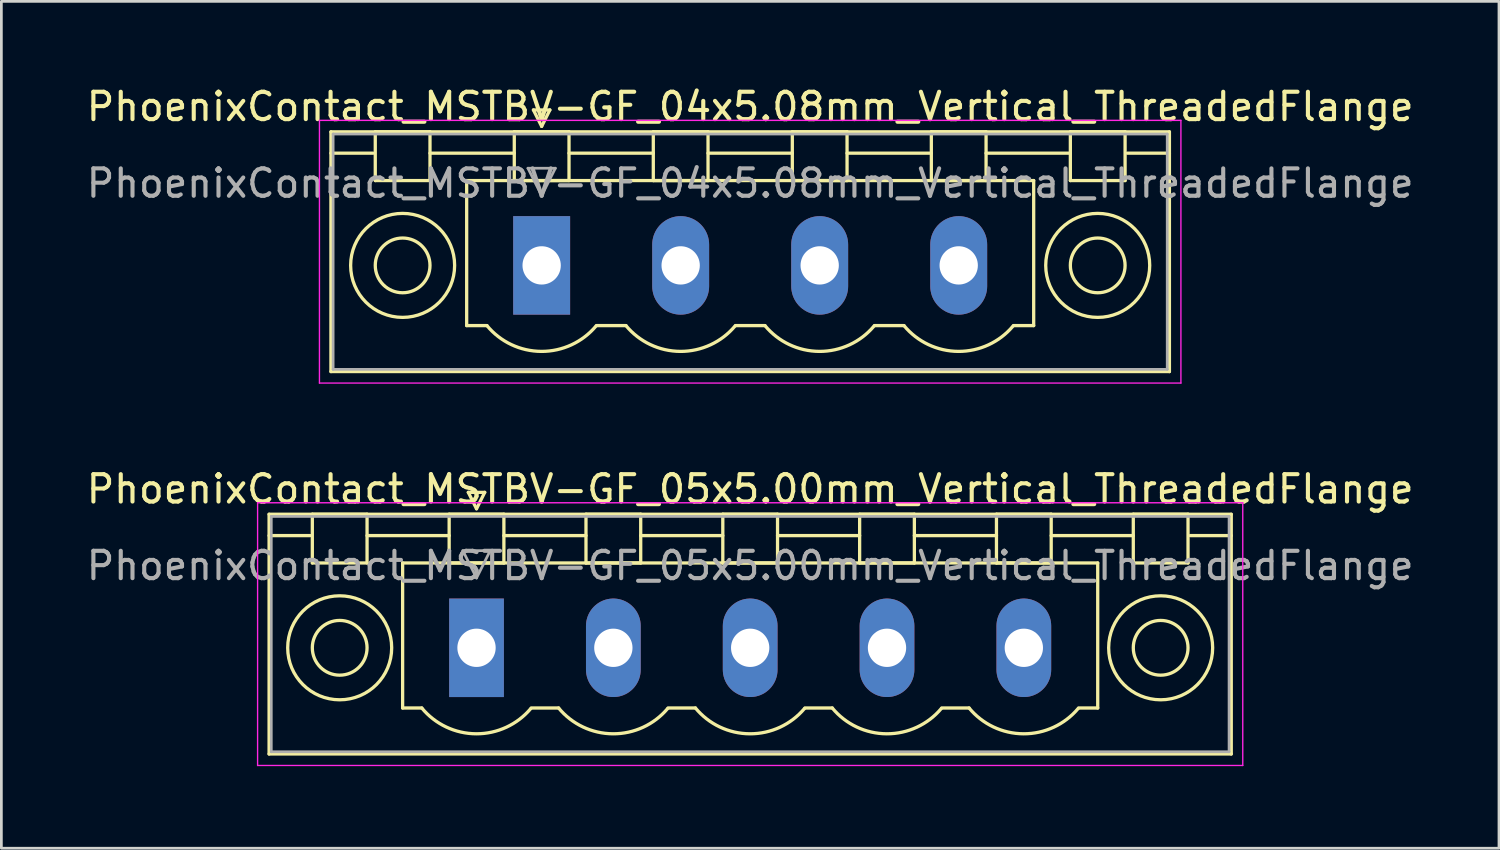
<source format=kicad_pcb>
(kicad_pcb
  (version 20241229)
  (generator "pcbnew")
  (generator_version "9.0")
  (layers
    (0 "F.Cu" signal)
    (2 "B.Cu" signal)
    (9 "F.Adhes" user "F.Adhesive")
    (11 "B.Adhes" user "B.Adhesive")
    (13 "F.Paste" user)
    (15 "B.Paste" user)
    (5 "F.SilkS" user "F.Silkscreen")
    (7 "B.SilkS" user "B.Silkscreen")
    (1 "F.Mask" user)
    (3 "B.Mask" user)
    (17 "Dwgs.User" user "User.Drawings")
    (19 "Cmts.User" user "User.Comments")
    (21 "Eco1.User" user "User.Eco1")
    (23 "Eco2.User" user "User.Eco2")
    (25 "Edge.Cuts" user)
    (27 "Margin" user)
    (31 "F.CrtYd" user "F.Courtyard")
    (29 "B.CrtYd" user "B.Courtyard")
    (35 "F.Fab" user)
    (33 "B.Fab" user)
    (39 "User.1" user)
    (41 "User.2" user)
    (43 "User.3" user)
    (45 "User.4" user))
  (footprint "PhoenixContact_MSTBV-GF_05x5.00mm_Vertical_ThreadedFlange"
    (layer "F.Cu")
    (at 14.363 20.622)
    (property "Reference" "PhoenixContact_MSTBV-GF_05x5.00mm_Vertical_ThreadedFlange" (at 10 -5.8 0) (layer "F.SilkS") (effects (font (size 1 1) (thickness 0.15))))
    (attr through_hole)
    (fp_line (start -7.58 -4.88) (end -7.58 3.88) (stroke (width 0.12) (type solid)) (layer "F.SilkS"))
    (fp_line (start -7.58 -4.1) (end -6.08 -4.1) (stroke (width 0.12) (type solid)) (layer "F.SilkS"))
    (fp_line (start -7.58 3.88) (end 27.58 3.88) (stroke (width 0.12) (type solid)) (layer "F.SilkS"))
    (fp_line (start -6 -4.88) (end -4 -4.88) (stroke (width 0.12) (type solid)) (layer "F.SilkS"))
    (fp_line (start -6 -3.1) (end -6 -4.88) (stroke (width 0.12) (type solid)) (layer "F.SilkS"))
    (fp_line (start -4 -4.88) (end -4 -3.1) (stroke (width 0.12) (type solid)) (layer "F.SilkS"))
    (fp_line (start -4 -4.1) (end -1 -4.1) (stroke (width 0.12) (type solid)) (layer "F.SilkS"))
    (fp_line (start -4 -3.1) (end -6 -3.1) (stroke (width 0.12) (type solid)) (layer "F.SilkS"))
    (fp_line (start -2.7 -3.1) (end 22.7 -3.1) (stroke (width 0.12) (type solid)) (layer "F.SilkS"))
    (fp_line (start -2.7 2.2) (end -2.7 -3.1) (stroke (width 0.12) (type solid)) (layer "F.SilkS"))
    (fp_line (start -2 2.2) (end -2.7 2.2) (stroke (width 0.12) (type solid)) (layer "F.SilkS"))
    (fp_line (start -1 -4.88) (end 1 -4.88) (stroke (width 0.12) (type solid)) (layer "F.SilkS"))
    (fp_line (start -1 -3.1) (end -1 -4.88) (stroke (width 0.12) (type solid)) (layer "F.SilkS"))
    (fp_line (start -0.3 -5.68) (end 0.3 -5.68) (stroke (width 0.12) (type solid)) (layer "F.SilkS"))
    (fp_line (start 0 -5.08) (end -0.3 -5.68) (stroke (width 0.12) (type solid)) (layer "F.SilkS"))
    (fp_line (start 0.3 -5.68) (end 0 -5.08) (stroke (width 0.12) (type solid)) (layer "F.SilkS"))
    (fp_line (start 1 -4.88) (end 1 -3.1) (stroke (width 0.12) (type solid)) (layer "F.SilkS"))
    (fp_line (start 1 -4.1) (end 4 -4.1) (stroke (width 0.12) (type solid)) (layer "F.SilkS"))
    (fp_line (start 1 -3.1) (end -1 -3.1) (stroke (width 0.12) (type solid)) (layer "F.SilkS"))
    (fp_line (start 2 2.2) (end 3 2.2) (stroke (width 0.12) (type solid)) (layer "F.SilkS"))
    (fp_line (start 4 -4.88) (end 6 -4.88) (stroke (width 0.12) (type solid)) (layer "F.SilkS"))
    (fp_line (start 4 -3.1) (end 4 -4.88) (stroke (width 0.12) (type solid)) (layer "F.SilkS"))
    (fp_line (start 6 -4.88) (end 6 -3.1) (stroke (width 0.12) (type solid)) (layer "F.SilkS"))
    (fp_line (start 6 -4.1) (end 9 -4.1) (stroke (width 0.12) (type solid)) (layer "F.SilkS"))
    (fp_line (start 6 -3.1) (end 4 -3.1) (stroke (width 0.12) (type solid)) (layer "F.SilkS"))
    (fp_line (start 7 2.2) (end 8 2.2) (stroke (width 0.12) (type solid)) (layer "F.SilkS"))
    (fp_line (start 9 -4.88) (end 11 -4.88) (stroke (width 0.12) (type solid)) (layer "F.SilkS"))
    (fp_line (start 9 -3.1) (end 9 -4.88) (stroke (width 0.12) (type solid)) (layer "F.SilkS"))
    (fp_line (start 11 -4.88) (end 11 -3.1) (stroke (width 0.12) (type solid)) (layer "F.SilkS"))
    (fp_line (start 11 -4.1) (end 14 -4.1) (stroke (width 0.12) (type solid)) (layer "F.SilkS"))
    (fp_line (start 11 -3.1) (end 9 -3.1) (stroke (width 0.12) (type solid)) (layer "F.SilkS"))
    (fp_line (start 12 2.2) (end 13 2.2) (stroke (width 0.12) (type solid)) (layer "F.SilkS"))
    (fp_line (start 14 -4.88) (end 16 -4.88) (stroke (width 0.12) (type solid)) (layer "F.SilkS"))
    (fp_line (start 14 -3.1) (end 14 -4.88) (stroke (width 0.12) (type solid)) (layer "F.SilkS"))
    (fp_line (start 16 -4.88) (end 16 -3.1) (stroke (width 0.12) (type solid)) (layer "F.SilkS"))
    (fp_line (start 16 -4.1) (end 19 -4.1) (stroke (width 0.12) (type solid)) (layer "F.SilkS"))
    (fp_line (start 16 -3.1) (end 14 -3.1) (stroke (width 0.12) (type solid)) (layer "F.SilkS"))
    (fp_line (start 17 2.2) (end 18 2.2) (stroke (width 0.12) (type solid)) (layer "F.SilkS"))
    (fp_line (start 19 -4.88) (end 21 -4.88) (stroke (width 0.12) (type solid)) (layer "F.SilkS"))
    (fp_line (start 19 -3.1) (end 19 -4.88) (stroke (width 0.12) (type solid)) (layer "F.SilkS"))
    (fp_line (start 21 -4.88) (end 21 -3.1) (stroke (width 0.12) (type solid)) (layer "F.SilkS"))
    (fp_line (start 21 -4.1) (end 24 -4.1) (stroke (width 0.12) (type solid)) (layer "F.SilkS"))
    (fp_line (start 21 -3.1) (end 19 -3.1) (stroke (width 0.12) (type solid)) (layer "F.SilkS"))
    (fp_line (start 22.7 -3.1) (end 22.7 2.2) (stroke (width 0.12) (type solid)) (layer "F.SilkS"))
    (fp_line (start 22.7 2.2) (end 22 2.2) (stroke (width 0.12) (type solid)) (layer "F.SilkS"))
    (fp_line (start 24 -4.88) (end 26 -4.88) (stroke (width 0.12) (type solid)) (layer "F.SilkS"))
    (fp_line (start 24 -3.1) (end 24 -4.88) (stroke (width 0.12) (type solid)) (layer "F.SilkS"))
    (fp_line (start 26 -4.88) (end 26 -3.1) (stroke (width 0.12) (type solid)) (layer "F.SilkS"))
    (fp_line (start 26 -3.1) (end 24 -3.1) (stroke (width 0.12) (type solid)) (layer "F.SilkS"))
    (fp_line (start 27.58 -4.88) (end -7.58 -4.88) (stroke (width 0.12) (type solid)) (layer "F.SilkS"))
    (fp_line (start 27.58 -4.1) (end 26.08 -4.1) (stroke (width 0.12) (type solid)) (layer "F.SilkS"))
    (fp_line (start 27.58 3.88) (end 27.58 -4.88) (stroke (width 0.12) (type solid)) (layer "F.SilkS"))
    (fp_arc (start 1.986842 2.215821) (mid -0.010289 3.142758) (end -2 2.2) (stroke (width 0.12) (type solid)) (layer "F.SilkS"))
    (fp_arc (start 6.986842 2.215821) (mid 4.989711 3.142758) (end 3 2.2) (stroke (width 0.12) (type solid)) (layer "F.SilkS"))
    (fp_arc (start 11.986842 2.215821) (mid 9.989711 3.142758) (end 8 2.2) (stroke (width 0.12) (type solid)) (layer "F.SilkS"))
    (fp_arc (start 16.986842 2.215821) (mid 14.989711 3.142758) (end 13 2.2) (stroke (width 0.12) (type solid)) (layer "F.SilkS"))
    (fp_arc (start 21.986842 2.215821) (mid 19.989711 3.142758) (end 18 2.2) (stroke (width 0.12) (type solid)) (layer "F.SilkS"))
    (fp_circle (center -5 0) (end -4 0) (stroke (width 0.12) (type solid)) (fill no) (layer "F.SilkS"))
    (fp_circle (center -5 0) (end -3.1 0) (stroke (width 0.12) (type solid)) (fill no) (layer "F.SilkS"))
    (fp_circle (center 25 0) (end 26 0) (stroke (width 0.12) (type solid)) (fill no) (layer "F.SilkS"))
    (fp_circle (center 25 0) (end 26.9 0) (stroke (width 0.12) (type solid)) (fill no) (layer "F.SilkS"))
    (fp_line (start -8 -5.3) (end -8 4.3) (stroke (width 0.05) (type solid)) (layer "F.CrtYd"))
    (fp_line (start -8 4.3) (end 28 4.3) (stroke (width 0.05) (type solid)) (layer "F.CrtYd"))
    (fp_line (start 28 -5.3) (end -8 -5.3) (stroke (width 0.05) (type solid)) (layer "F.CrtYd"))
    (fp_line (start 28 4.3) (end 28 -5.3) (stroke (width 0.05) (type solid)) (layer "F.CrtYd"))
    (fp_line (start -7.5 -4.8) (end -7.5 3.8) (stroke (width 0.1) (type solid)) (layer "F.Fab"))
    (fp_line (start -7.5 3.8) (end 27.5 3.8) (stroke (width 0.1) (type solid)) (layer "F.Fab"))
    (fp_line (start -0.5 -3.55) (end 0.5 -3.55) (stroke (width 0.1) (type solid)) (layer "F.Fab"))
    (fp_line (start 0 -2.55) (end -0.5 -3.55) (stroke (width 0.1) (type solid)) (layer "F.Fab"))
    (fp_line (start 0.5 -3.55) (end 0 -2.55) (stroke (width 0.1) (type solid)) (layer "F.Fab"))
    (fp_line (start 27.5 -4.8) (end -7.5 -4.8) (stroke (width 0.1) (type solid)) (layer "F.Fab"))
    (fp_line (start 27.5 3.8) (end 27.5 -4.8) (stroke (width 0.1) (type solid)) (layer "F.Fab"))
    (fp_text user "${REFERENCE}" (at 10 -3 0) (layer "F.Fab") (effects (font (size 1 1) (thickness 0.15))))
    (pad "1" thru_hole rect (at 0 0) (size 2 3.6) (drill 1.4) (layers "*.Cu" "*.Mask"))
    (pad "2" thru_hole oval (at 5 0) (size 2 3.6) (drill 1.4) (layers "*.Cu" "*.Mask"))
    (pad "3" thru_hole oval (at 10 0) (size 2 3.6) (drill 1.4) (layers "*.Cu" "*.Mask"))
    (pad "4" thru_hole oval (at 15 0) (size 2 3.6) (drill 1.4) (layers "*.Cu" "*.Mask"))
    (pad "5" thru_hole oval (at 20 0) (size 2 3.6) (drill 1.4) (layers "*.Cu" "*.Mask")))
  (footprint "PhoenixContact_MSTBV-GF_04x5.08mm_Vertical_ThreadedFlange"
    (layer "F.Cu")
    (at 16.743 6.648)
    (property "Reference" "PhoenixContact_MSTBV-GF_04x5.08mm_Vertical_ThreadedFlange" (at 7.62 -5.8 0) (layer "F.SilkS") (effects (font (size 1 1) (thickness 0.15))))
    (attr through_hole)
    (fp_line (start -7.7 -4.88) (end -7.7 3.88) (stroke (width 0.12) (type solid)) (layer "F.SilkS"))
    (fp_line (start -7.7 -4.1) (end -6.16 -4.1) (stroke (width 0.12) (type solid)) (layer "F.SilkS"))
    (fp_line (start -7.7 3.88) (end 22.94 3.88) (stroke (width 0.12) (type solid)) (layer "F.SilkS"))
    (fp_line (start -6.08 -4.88) (end -4.08 -4.88) (stroke (width 0.12) (type solid)) (layer "F.SilkS"))
    (fp_line (start -6.08 -3.1) (end -6.08 -4.88) (stroke (width 0.12) (type solid)) (layer "F.SilkS"))
    (fp_line (start -4.08 -4.88) (end -4.08 -3.1) (stroke (width 0.12) (type solid)) (layer "F.SilkS"))
    (fp_line (start -4.08 -4.1) (end -1 -4.1) (stroke (width 0.12) (type solid)) (layer "F.SilkS"))
    (fp_line (start -4.08 -3.1) (end -6.08 -3.1) (stroke (width 0.12) (type solid)) (layer "F.SilkS"))
    (fp_line (start -2.74 -3.1) (end 17.98 -3.1) (stroke (width 0.12) (type solid)) (layer "F.SilkS"))
    (fp_line (start -2.74 2.2) (end -2.74 -3.1) (stroke (width 0.12) (type solid)) (layer "F.SilkS"))
    (fp_line (start -2 2.2) (end -2.74 2.2) (stroke (width 0.12) (type solid)) (layer "F.SilkS"))
    (fp_line (start -1 -4.88) (end 1 -4.88) (stroke (width 0.12) (type solid)) (layer "F.SilkS"))
    (fp_line (start -1 -3.1) (end -1 -4.88) (stroke (width 0.12) (type solid)) (layer "F.SilkS"))
    (fp_line (start -0.3 -5.68) (end 0.3 -5.68) (stroke (width 0.12) (type solid)) (layer "F.SilkS"))
    (fp_line (start 0 -5.08) (end -0.3 -5.68) (stroke (width 0.12) (type solid)) (layer "F.SilkS"))
    (fp_line (start 0.3 -5.68) (end 0 -5.08) (stroke (width 0.12) (type solid)) (layer "F.SilkS"))
    (fp_line (start 1 -4.88) (end 1 -3.1) (stroke (width 0.12) (type solid)) (layer "F.SilkS"))
    (fp_line (start 1 -4.1) (end 4.08 -4.1) (stroke (width 0.12) (type solid)) (layer "F.SilkS"))
    (fp_line (start 1 -3.1) (end -1 -3.1) (stroke (width 0.12) (type solid)) (layer "F.SilkS"))
    (fp_line (start 2 2.2) (end 3.08 2.2) (stroke (width 0.12) (type solid)) (layer "F.SilkS"))
    (fp_line (start 4.08 -4.88) (end 6.08 -4.88) (stroke (width 0.12) (type solid)) (layer "F.SilkS"))
    (fp_line (start 4.08 -3.1) (end 4.08 -4.88) (stroke (width 0.12) (type solid)) (layer "F.SilkS"))
    (fp_line (start 6.08 -4.88) (end 6.08 -3.1) (stroke (width 0.12) (type solid)) (layer "F.SilkS"))
    (fp_line (start 6.08 -4.1) (end 9.16 -4.1) (stroke (width 0.12) (type solid)) (layer "F.SilkS"))
    (fp_line (start 6.08 -3.1) (end 4.08 -3.1) (stroke (width 0.12) (type solid)) (layer "F.SilkS"))
    (fp_line (start 7.08 2.2) (end 8.16 2.2) (stroke (width 0.12) (type solid)) (layer "F.SilkS"))
    (fp_line (start 9.16 -4.88) (end 11.16 -4.88) (stroke (width 0.12) (type solid)) (layer "F.SilkS"))
    (fp_line (start 9.16 -3.1) (end 9.16 -4.88) (stroke (width 0.12) (type solid)) (layer "F.SilkS"))
    (fp_line (start 11.16 -4.88) (end 11.16 -3.1) (stroke (width 0.12) (type solid)) (layer "F.SilkS"))
    (fp_line (start 11.16 -4.1) (end 14.24 -4.1) (stroke (width 0.12) (type solid)) (layer "F.SilkS"))
    (fp_line (start 11.16 -3.1) (end 9.16 -3.1) (stroke (width 0.12) (type solid)) (layer "F.SilkS"))
    (fp_line (start 12.16 2.2) (end 13.24 2.2) (stroke (width 0.12) (type solid)) (layer "F.SilkS"))
    (fp_line (start 14.24 -4.88) (end 16.24 -4.88) (stroke (width 0.12) (type solid)) (layer "F.SilkS"))
    (fp_line (start 14.24 -3.1) (end 14.24 -4.88) (stroke (width 0.12) (type solid)) (layer "F.SilkS"))
    (fp_line (start 16.24 -4.88) (end 16.24 -3.1) (stroke (width 0.12) (type solid)) (layer "F.SilkS"))
    (fp_line (start 16.24 -4.1) (end 19.32 -4.1) (stroke (width 0.12) (type solid)) (layer "F.SilkS"))
    (fp_line (start 16.24 -3.1) (end 14.24 -3.1) (stroke (width 0.12) (type solid)) (layer "F.SilkS"))
    (fp_line (start 17.98 -3.1) (end 17.98 2.2) (stroke (width 0.12) (type solid)) (layer "F.SilkS"))
    (fp_line (start 17.98 2.2) (end 17.24 2.2) (stroke (width 0.12) (type solid)) (layer "F.SilkS"))
    (fp_line (start 19.32 -4.88) (end 21.32 -4.88) (stroke (width 0.12) (type solid)) (layer "F.SilkS"))
    (fp_line (start 19.32 -3.1) (end 19.32 -4.88) (stroke (width 0.12) (type solid)) (layer "F.SilkS"))
    (fp_line (start 21.32 -4.88) (end 21.32 -3.1) (stroke (width 0.12) (type solid)) (layer "F.SilkS"))
    (fp_line (start 21.32 -3.1) (end 19.32 -3.1) (stroke (width 0.12) (type solid)) (layer "F.SilkS"))
    (fp_line (start 22.94 -4.88) (end -7.7 -4.88) (stroke (width 0.12) (type solid)) (layer "F.SilkS"))
    (fp_line (start 22.94 -4.1) (end 21.4 -4.1) (stroke (width 0.12) (type solid)) (layer "F.SilkS"))
    (fp_line (start 22.94 3.88) (end 22.94 -4.88) (stroke (width 0.12) (type solid)) (layer "F.SilkS"))
    (fp_arc (start 1.986842 2.215821) (mid -0.010289 3.142758) (end -2 2.2) (stroke (width 0.12) (type solid)) (layer "F.SilkS"))
    (fp_arc (start 7.066842 2.215821) (mid 5.069711 3.142758) (end 3.08 2.2) (stroke (width 0.12) (type solid)) (layer "F.SilkS"))
    (fp_arc (start 12.146842 2.215821) (mid 10.149711 3.142758) (end 8.16 2.2) (stroke (width 0.12) (type solid)) (layer "F.SilkS"))
    (fp_arc (start 17.226842 2.215821) (mid 15.229711 3.142758) (end 13.24 2.2) (stroke (width 0.12) (type solid)) (layer "F.SilkS"))
    (fp_circle (center -5.08 0) (end -4.08 0) (stroke (width 0.12) (type solid)) (fill no) (layer "F.SilkS"))
    (fp_circle (center -5.08 0) (end -3.18 0) (stroke (width 0.12) (type solid)) (fill no) (layer "F.SilkS"))
    (fp_circle (center 20.32 0) (end 21.32 0) (stroke (width 0.12) (type solid)) (fill no) (layer "F.SilkS"))
    (fp_circle (center 20.32 0) (end 22.22 0) (stroke (width 0.12) (type solid)) (fill no) (layer "F.SilkS"))
    (fp_line (start -8.12 -5.3) (end -8.12 4.3) (stroke (width 0.05) (type solid)) (layer "F.CrtYd"))
    (fp_line (start -8.12 4.3) (end 23.36 4.3) (stroke (width 0.05) (type solid)) (layer "F.CrtYd"))
    (fp_line (start 23.36 -5.3) (end -8.12 -5.3) (stroke (width 0.05) (type solid)) (layer "F.CrtYd"))
    (fp_line (start 23.36 4.3) (end 23.36 -5.3) (stroke (width 0.05) (type solid)) (layer "F.CrtYd"))
    (fp_line (start -7.62 -4.8) (end -7.62 3.8) (stroke (width 0.1) (type solid)) (layer "F.Fab"))
    (fp_line (start -7.62 3.8) (end 22.86 3.8) (stroke (width 0.1) (type solid)) (layer "F.Fab"))
    (fp_line (start -0.5 -3.55) (end 0.5 -3.55) (stroke (width 0.1) (type solid)) (layer "F.Fab"))
    (fp_line (start 0 -2.55) (end -0.5 -3.55) (stroke (width 0.1) (type solid)) (layer "F.Fab"))
    (fp_line (start 0.5 -3.55) (end 0 -2.55) (stroke (width 0.1) (type solid)) (layer "F.Fab"))
    (fp_line (start 22.86 -4.8) (end -7.62 -4.8) (stroke (width 0.1) (type solid)) (layer "F.Fab"))
    (fp_line (start 22.86 3.8) (end 22.86 -4.8) (stroke (width 0.1) (type solid)) (layer "F.Fab"))
    (fp_text user "${REFERENCE}" (at 7.62 -3 0) (layer "F.Fab") (effects (font (size 1 1) (thickness 0.15))))
    (pad "1" thru_hole rect (at 0 0) (size 2.08 3.6) (drill 1.4) (layers "*.Cu" "*.Mask"))
    (pad "2" thru_hole oval (at 5.08 0) (size 2.08 3.6) (drill 1.4) (layers "*.Cu" "*.Mask"))
    (pad "3" thru_hole oval (at 10.16 0) (size 2.08 3.6) (drill 1.4) (layers "*.Cu" "*.Mask"))
    (pad "4" thru_hole oval (at 15.24 0) (size 2.08 3.6) (drill 1.4) (layers "*.Cu" "*.Mask")))
  (gr_rect
    (start -3 -3)
    (end 51.726 27.947)
    (stroke (width 0.1) (type default))
    (fill no)
    (layer "Edge.Cuts")))
</source>
